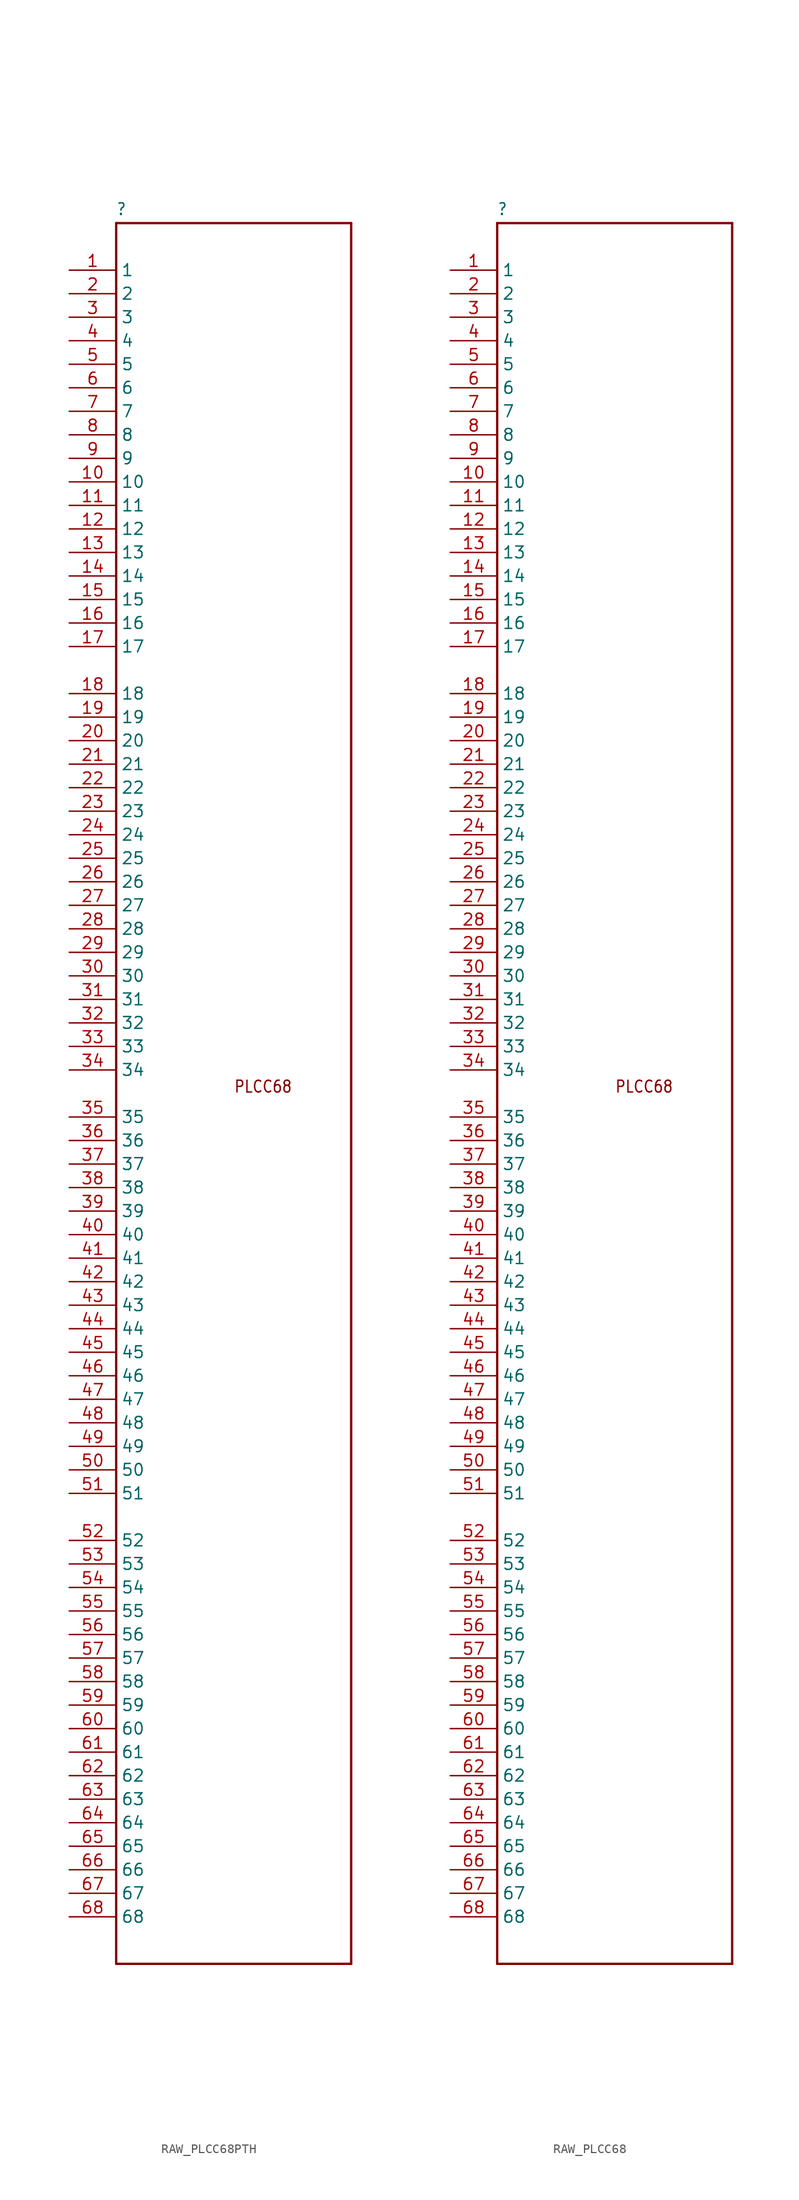
<source format=kicad_sym>
(kicad_symbol_lib
  (version 20211014)
  (generator kicad_symbol_editor)
  (symbol "RAW_PLCC68PTH"
    (property "Reference" ""
      (at -12.7 94.742 0)
      (effects (font (size 1.27 1.079)) (justify left bottom)))
    (property "ki_locked" ""
      (at 0 0 0)
      (effects (font (size 1.27 1.27))))
    (symbol "RAW_PLCC68PTH_1_0"
      (polyline (pts (xy -12.7 -93.98) (xy 12.7 -93.98)) (stroke (width 0.254) (type default) (color 0 0 0 0)) (fill (type none)))
      (polyline (pts (xy -12.7 93.98) (xy -12.7 -93.98)) (stroke (width 0.254) (type default) (color 0 0 0 0)) (fill (type none)))
      (polyline (pts (xy 12.7 -93.98) (xy 12.7 93.98)) (stroke (width 0.254) (type default) (color 0 0 0 0)) (fill (type none)))
      (polyline (pts (xy 12.7 93.98) (xy -12.7 93.98)) (stroke (width 0.254) (type default) (color 0 0 0 0)) (fill (type none)))
      (text "PLCC68" (at 0 0 0) (effects (font (size 1.27 1.079)) (justify left bottom)))
      (pin bidirectional line (at -17.78 88.9 0) (length 5.08) (name "1" (effects (font (size 1.27 1.27)))) (number "1" (effects (font (size 1.27 1.27)))))
      (pin bidirectional line (at -17.78 66.04 0) (length 5.08) (name "10" (effects (font (size 1.27 1.27)))) (number "10" (effects (font (size 1.27 1.27)))))
      (pin bidirectional line (at -17.78 63.5 0) (length 5.08) (name "11" (effects (font (size 1.27 1.27)))) (number "11" (effects (font (size 1.27 1.27)))))
      (pin bidirectional line (at -17.78 60.96 0) (length 5.08) (name "12" (effects (font (size 1.27 1.27)))) (number "12" (effects (font (size 1.27 1.27)))))
      (pin bidirectional line (at -17.78 58.42 0) (length 5.08) (name "13" (effects (font (size 1.27 1.27)))) (number "13" (effects (font (size 1.27 1.27)))))
      (pin bidirectional line (at -17.78 55.88 0) (length 5.08) (name "14" (effects (font (size 1.27 1.27)))) (number "14" (effects (font (size 1.27 1.27)))))
      (pin bidirectional line (at -17.78 53.34 0) (length 5.08) (name "15" (effects (font (size 1.27 1.27)))) (number "15" (effects (font (size 1.27 1.27)))))
      (pin bidirectional line (at -17.78 50.8 0) (length 5.08) (name "16" (effects (font (size 1.27 1.27)))) (number "16" (effects (font (size 1.27 1.27)))))
      (pin bidirectional line (at -17.78 48.26 0) (length 5.08) (name "17" (effects (font (size 1.27 1.27)))) (number "17" (effects (font (size 1.27 1.27)))))
      (pin bidirectional line (at -17.78 43.18 0) (length 5.08) (name "18" (effects (font (size 1.27 1.27)))) (number "18" (effects (font (size 1.27 1.27)))))
      (pin bidirectional line (at -17.78 40.64 0) (length 5.08) (name "19" (effects (font (size 1.27 1.27)))) (number "19" (effects (font (size 1.27 1.27)))))
      (pin bidirectional line (at -17.78 86.36 0) (length 5.08) (name "2" (effects (font (size 1.27 1.27)))) (number "2" (effects (font (size 1.27 1.27)))))
      (pin bidirectional line (at -17.78 38.1 0) (length 5.08) (name "20" (effects (font (size 1.27 1.27)))) (number "20" (effects (font (size 1.27 1.27)))))
      (pin bidirectional line (at -17.78 35.56 0) (length 5.08) (name "21" (effects (font (size 1.27 1.27)))) (number "21" (effects (font (size 1.27 1.27)))))
      (pin bidirectional line (at -17.78 33.02 0) (length 5.08) (name "22" (effects (font (size 1.27 1.27)))) (number "22" (effects (font (size 1.27 1.27)))))
      (pin bidirectional line (at -17.78 30.48 0) (length 5.08) (name "23" (effects (font (size 1.27 1.27)))) (number "23" (effects (font (size 1.27 1.27)))))
      (pin bidirectional line (at -17.78 27.94 0) (length 5.08) (name "24" (effects (font (size 1.27 1.27)))) (number "24" (effects (font (size 1.27 1.27)))))
      (pin bidirectional line (at -17.78 25.4 0) (length 5.08) (name "25" (effects (font (size 1.27 1.27)))) (number "25" (effects (font (size 1.27 1.27)))))
      (pin bidirectional line (at -17.78 22.86 0) (length 5.08) (name "26" (effects (font (size 1.27 1.27)))) (number "26" (effects (font (size 1.27 1.27)))))
      (pin bidirectional line (at -17.78 20.32 0) (length 5.08) (name "27" (effects (font (size 1.27 1.27)))) (number "27" (effects (font (size 1.27 1.27)))))
      (pin bidirectional line (at -17.78 17.78 0) (length 5.08) (name "28" (effects (font (size 1.27 1.27)))) (number "28" (effects (font (size 1.27 1.27)))))
      (pin bidirectional line (at -17.78 15.24 0) (length 5.08) (name "29" (effects (font (size 1.27 1.27)))) (number "29" (effects (font (size 1.27 1.27)))))
      (pin bidirectional line (at -17.78 83.82 0) (length 5.08) (name "3" (effects (font (size 1.27 1.27)))) (number "3" (effects (font (size 1.27 1.27)))))
      (pin bidirectional line (at -17.78 12.7 0) (length 5.08) (name "30" (effects (font (size 1.27 1.27)))) (number "30" (effects (font (size 1.27 1.27)))))
      (pin bidirectional line (at -17.78 10.16 0) (length 5.08) (name "31" (effects (font (size 1.27 1.27)))) (number "31" (effects (font (size 1.27 1.27)))))
      (pin bidirectional line (at -17.78 7.62 0) (length 5.08) (name "32" (effects (font (size 1.27 1.27)))) (number "32" (effects (font (size 1.27 1.27)))))
      (pin bidirectional line (at -17.78 5.08 0) (length 5.08) (name "33" (effects (font (size 1.27 1.27)))) (number "33" (effects (font (size 1.27 1.27)))))
      (pin bidirectional line (at -17.78 2.54 0) (length 5.08) (name "34" (effects (font (size 1.27 1.27)))) (number "34" (effects (font (size 1.27 1.27)))))
      (pin bidirectional line (at -17.78 -2.54 0) (length 5.08) (name "35" (effects (font (size 1.27 1.27)))) (number "35" (effects (font (size 1.27 1.27)))))
      (pin bidirectional line (at -17.78 -5.08 0) (length 5.08) (name "36" (effects (font (size 1.27 1.27)))) (number "36" (effects (font (size 1.27 1.27)))))
      (pin bidirectional line (at -17.78 -7.62 0) (length 5.08) (name "37" (effects (font (size 1.27 1.27)))) (number "37" (effects (font (size 1.27 1.27)))))
      (pin bidirectional line (at -17.78 -10.16 0) (length 5.08) (name "38" (effects (font (size 1.27 1.27)))) (number "38" (effects (font (size 1.27 1.27)))))
      (pin bidirectional line (at -17.78 -12.7 0) (length 5.08) (name "39" (effects (font (size 1.27 1.27)))) (number "39" (effects (font (size 1.27 1.27)))))
      (pin bidirectional line (at -17.78 81.28 0) (length 5.08) (name "4" (effects (font (size 1.27 1.27)))) (number "4" (effects (font (size 1.27 1.27)))))
      (pin bidirectional line (at -17.78 -15.24 0) (length 5.08) (name "40" (effects (font (size 1.27 1.27)))) (number "40" (effects (font (size 1.27 1.27)))))
      (pin bidirectional line (at -17.78 -17.78 0) (length 5.08) (name "41" (effects (font (size 1.27 1.27)))) (number "41" (effects (font (size 1.27 1.27)))))
      (pin bidirectional line (at -17.78 -20.32 0) (length 5.08) (name "42" (effects (font (size 1.27 1.27)))) (number "42" (effects (font (size 1.27 1.27)))))
      (pin bidirectional line (at -17.78 -22.86 0) (length 5.08) (name "43" (effects (font (size 1.27 1.27)))) (number "43" (effects (font (size 1.27 1.27)))))
      (pin bidirectional line (at -17.78 -25.4 0) (length 5.08) (name "44" (effects (font (size 1.27 1.27)))) (number "44" (effects (font (size 1.27 1.27)))))
      (pin bidirectional line (at -17.78 -27.94 0) (length 5.08) (name "45" (effects (font (size 1.27 1.27)))) (number "45" (effects (font (size 1.27 1.27)))))
      (pin bidirectional line (at -17.78 -30.48 0) (length 5.08) (name "46" (effects (font (size 1.27 1.27)))) (number "46" (effects (font (size 1.27 1.27)))))
      (pin bidirectional line (at -17.78 -33.02 0) (length 5.08) (name "47" (effects (font (size 1.27 1.27)))) (number "47" (effects (font (size 1.27 1.27)))))
      (pin bidirectional line (at -17.78 -35.56 0) (length 5.08) (name "48" (effects (font (size 1.27 1.27)))) (number "48" (effects (font (size 1.27 1.27)))))
      (pin bidirectional line (at -17.78 -38.1 0) (length 5.08) (name "49" (effects (font (size 1.27 1.27)))) (number "49" (effects (font (size 1.27 1.27)))))
      (pin bidirectional line (at -17.78 78.74 0) (length 5.08) (name "5" (effects (font (size 1.27 1.27)))) (number "5" (effects (font (size 1.27 1.27)))))
      (pin bidirectional line (at -17.78 -40.64 0) (length 5.08) (name "50" (effects (font (size 1.27 1.27)))) (number "50" (effects (font (size 1.27 1.27)))))
      (pin bidirectional line (at -17.78 -43.18 0) (length 5.08) (name "51" (effects (font (size 1.27 1.27)))) (number "51" (effects (font (size 1.27 1.27)))))
      (pin bidirectional line (at -17.78 -48.26 0) (length 5.08) (name "52" (effects (font (size 1.27 1.27)))) (number "52" (effects (font (size 1.27 1.27)))))
      (pin bidirectional line (at -17.78 -50.8 0) (length 5.08) (name "53" (effects (font (size 1.27 1.27)))) (number "53" (effects (font (size 1.27 1.27)))))
      (pin bidirectional line (at -17.78 -53.34 0) (length 5.08) (name "54" (effects (font (size 1.27 1.27)))) (number "54" (effects (font (size 1.27 1.27)))))
      (pin bidirectional line (at -17.78 -55.88 0) (length 5.08) (name "55" (effects (font (size 1.27 1.27)))) (number "55" (effects (font (size 1.27 1.27)))))
      (pin bidirectional line (at -17.78 -58.42 0) (length 5.08) (name "56" (effects (font (size 1.27 1.27)))) (number "56" (effects (font (size 1.27 1.27)))))
      (pin bidirectional line (at -17.78 -60.96 0) (length 5.08) (name "57" (effects (font (size 1.27 1.27)))) (number "57" (effects (font (size 1.27 1.27)))))
      (pin bidirectional line (at -17.78 -63.5 0) (length 5.08) (name "58" (effects (font (size 1.27 1.27)))) (number "58" (effects (font (size 1.27 1.27)))))
      (pin bidirectional line (at -17.78 -66.04 0) (length 5.08) (name "59" (effects (font (size 1.27 1.27)))) (number "59" (effects (font (size 1.27 1.27)))))
      (pin bidirectional line (at -17.78 76.2 0) (length 5.08) (name "6" (effects (font (size 1.27 1.27)))) (number "6" (effects (font (size 1.27 1.27)))))
      (pin bidirectional line (at -17.78 -68.58 0) (length 5.08) (name "60" (effects (font (size 1.27 1.27)))) (number "60" (effects (font (size 1.27 1.27)))))
      (pin bidirectional line (at -17.78 -71.12 0) (length 5.08) (name "61" (effects (font (size 1.27 1.27)))) (number "61" (effects (font (size 1.27 1.27)))))
      (pin bidirectional line (at -17.78 -73.66 0) (length 5.08) (name "62" (effects (font (size 1.27 1.27)))) (number "62" (effects (font (size 1.27 1.27)))))
      (pin bidirectional line (at -17.78 -76.2 0) (length 5.08) (name "63" (effects (font (size 1.27 1.27)))) (number "63" (effects (font (size 1.27 1.27)))))
      (pin bidirectional line (at -17.78 -78.74 0) (length 5.08) (name "64" (effects (font (size 1.27 1.27)))) (number "64" (effects (font (size 1.27 1.27)))))
      (pin bidirectional line (at -17.78 -81.28 0) (length 5.08) (name "65" (effects (font (size 1.27 1.27)))) (number "65" (effects (font (size 1.27 1.27)))))
      (pin bidirectional line (at -17.78 -83.82 0) (length 5.08) (name "66" (effects (font (size 1.27 1.27)))) (number "66" (effects (font (size 1.27 1.27)))))
      (pin bidirectional line (at -17.78 -86.36 0) (length 5.08) (name "67" (effects (font (size 1.27 1.27)))) (number "67" (effects (font (size 1.27 1.27)))))
      (pin bidirectional line (at -17.78 -88.9 0) (length 5.08) (name "68" (effects (font (size 1.27 1.27)))) (number "68" (effects (font (size 1.27 1.27)))))
      (pin bidirectional line (at -17.78 73.66 0) (length 5.08) (name "7" (effects (font (size 1.27 1.27)))) (number "7" (effects (font (size 1.27 1.27)))))
      (pin bidirectional line (at -17.78 71.12 0) (length 5.08) (name "8" (effects (font (size 1.27 1.27)))) (number "8" (effects (font (size 1.27 1.27)))))
      (pin bidirectional line (at -17.78 68.58 0) (length 5.08) (name "9" (effects (font (size 1.27 1.27)))) (number "9" (effects (font (size 1.27 1.27)))))))
  (symbol "RAW_PLCC68"
    (property "Reference" ""
      (at -12.7 94.742 0)
      (effects (font (size 1.27 1.079)) (justify left bottom)))
    (property "ki_locked" ""
      (at 0 0 0)
      (effects (font (size 1.27 1.27))))
    (symbol "RAW_PLCC68_1_0"
      (polyline (pts (xy -12.7 -93.98) (xy 12.7 -93.98)) (stroke (width 0.254) (type default) (color 0 0 0 0)) (fill (type none)))
      (polyline (pts (xy -12.7 93.98) (xy -12.7 -93.98)) (stroke (width 0.254) (type default) (color 0 0 0 0)) (fill (type none)))
      (polyline (pts (xy 12.7 -93.98) (xy 12.7 93.98)) (stroke (width 0.254) (type default) (color 0 0 0 0)) (fill (type none)))
      (polyline (pts (xy 12.7 93.98) (xy -12.7 93.98)) (stroke (width 0.254) (type default) (color 0 0 0 0)) (fill (type none)))
      (text "PLCC68" (at 0 0 0) (effects (font (size 1.27 1.079)) (justify left bottom)))
      (pin bidirectional line (at -17.78 88.9 0) (length 5.08) (name "1" (effects (font (size 1.27 1.27)))) (number "1" (effects (font (size 1.27 1.27)))))
      (pin bidirectional line (at -17.78 66.04 0) (length 5.08) (name "10" (effects (font (size 1.27 1.27)))) (number "10" (effects (font (size 1.27 1.27)))))
      (pin bidirectional line (at -17.78 63.5 0) (length 5.08) (name "11" (effects (font (size 1.27 1.27)))) (number "11" (effects (font (size 1.27 1.27)))))
      (pin bidirectional line (at -17.78 60.96 0) (length 5.08) (name "12" (effects (font (size 1.27 1.27)))) (number "12" (effects (font (size 1.27 1.27)))))
      (pin bidirectional line (at -17.78 58.42 0) (length 5.08) (name "13" (effects (font (size 1.27 1.27)))) (number "13" (effects (font (size 1.27 1.27)))))
      (pin bidirectional line (at -17.78 55.88 0) (length 5.08) (name "14" (effects (font (size 1.27 1.27)))) (number "14" (effects (font (size 1.27 1.27)))))
      (pin bidirectional line (at -17.78 53.34 0) (length 5.08) (name "15" (effects (font (size 1.27 1.27)))) (number "15" (effects (font (size 1.27 1.27)))))
      (pin bidirectional line (at -17.78 50.8 0) (length 5.08) (name "16" (effects (font (size 1.27 1.27)))) (number "16" (effects (font (size 1.27 1.27)))))
      (pin bidirectional line (at -17.78 48.26 0) (length 5.08) (name "17" (effects (font (size 1.27 1.27)))) (number "17" (effects (font (size 1.27 1.27)))))
      (pin bidirectional line (at -17.78 43.18 0) (length 5.08) (name "18" (effects (font (size 1.27 1.27)))) (number "18" (effects (font (size 1.27 1.27)))))
      (pin bidirectional line (at -17.78 40.64 0) (length 5.08) (name "19" (effects (font (size 1.27 1.27)))) (number "19" (effects (font (size 1.27 1.27)))))
      (pin bidirectional line (at -17.78 86.36 0) (length 5.08) (name "2" (effects (font (size 1.27 1.27)))) (number "2" (effects (font (size 1.27 1.27)))))
      (pin bidirectional line (at -17.78 38.1 0) (length 5.08) (name "20" (effects (font (size 1.27 1.27)))) (number "20" (effects (font (size 1.27 1.27)))))
      (pin bidirectional line (at -17.78 35.56 0) (length 5.08) (name "21" (effects (font (size 1.27 1.27)))) (number "21" (effects (font (size 1.27 1.27)))))
      (pin bidirectional line (at -17.78 33.02 0) (length 5.08) (name "22" (effects (font (size 1.27 1.27)))) (number "22" (effects (font (size 1.27 1.27)))))
      (pin bidirectional line (at -17.78 30.48 0) (length 5.08) (name "23" (effects (font (size 1.27 1.27)))) (number "23" (effects (font (size 1.27 1.27)))))
      (pin bidirectional line (at -17.78 27.94 0) (length 5.08) (name "24" (effects (font (size 1.27 1.27)))) (number "24" (effects (font (size 1.27 1.27)))))
      (pin bidirectional line (at -17.78 25.4 0) (length 5.08) (name "25" (effects (font (size 1.27 1.27)))) (number "25" (effects (font (size 1.27 1.27)))))
      (pin bidirectional line (at -17.78 22.86 0) (length 5.08) (name "26" (effects (font (size 1.27 1.27)))) (number "26" (effects (font (size 1.27 1.27)))))
      (pin bidirectional line (at -17.78 20.32 0) (length 5.08) (name "27" (effects (font (size 1.27 1.27)))) (number "27" (effects (font (size 1.27 1.27)))))
      (pin bidirectional line (at -17.78 17.78 0) (length 5.08) (name "28" (effects (font (size 1.27 1.27)))) (number "28" (effects (font (size 1.27 1.27)))))
      (pin bidirectional line (at -17.78 15.24 0) (length 5.08) (name "29" (effects (font (size 1.27 1.27)))) (number "29" (effects (font (size 1.27 1.27)))))
      (pin bidirectional line (at -17.78 83.82 0) (length 5.08) (name "3" (effects (font (size 1.27 1.27)))) (number "3" (effects (font (size 1.27 1.27)))))
      (pin bidirectional line (at -17.78 12.7 0) (length 5.08) (name "30" (effects (font (size 1.27 1.27)))) (number "30" (effects (font (size 1.27 1.27)))))
      (pin bidirectional line (at -17.78 10.16 0) (length 5.08) (name "31" (effects (font (size 1.27 1.27)))) (number "31" (effects (font (size 1.27 1.27)))))
      (pin bidirectional line (at -17.78 7.62 0) (length 5.08) (name "32" (effects (font (size 1.27 1.27)))) (number "32" (effects (font (size 1.27 1.27)))))
      (pin bidirectional line (at -17.78 5.08 0) (length 5.08) (name "33" (effects (font (size 1.27 1.27)))) (number "33" (effects (font (size 1.27 1.27)))))
      (pin bidirectional line (at -17.78 2.54 0) (length 5.08) (name "34" (effects (font (size 1.27 1.27)))) (number "34" (effects (font (size 1.27 1.27)))))
      (pin bidirectional line (at -17.78 -2.54 0) (length 5.08) (name "35" (effects (font (size 1.27 1.27)))) (number "35" (effects (font (size 1.27 1.27)))))
      (pin bidirectional line (at -17.78 -5.08 0) (length 5.08) (name "36" (effects (font (size 1.27 1.27)))) (number "36" (effects (font (size 1.27 1.27)))))
      (pin bidirectional line (at -17.78 -7.62 0) (length 5.08) (name "37" (effects (font (size 1.27 1.27)))) (number "37" (effects (font (size 1.27 1.27)))))
      (pin bidirectional line (at -17.78 -10.16 0) (length 5.08) (name "38" (effects (font (size 1.27 1.27)))) (number "38" (effects (font (size 1.27 1.27)))))
      (pin bidirectional line (at -17.78 -12.7 0) (length 5.08) (name "39" (effects (font (size 1.27 1.27)))) (number "39" (effects (font (size 1.27 1.27)))))
      (pin bidirectional line (at -17.78 81.28 0) (length 5.08) (name "4" (effects (font (size 1.27 1.27)))) (number "4" (effects (font (size 1.27 1.27)))))
      (pin bidirectional line (at -17.78 -15.24 0) (length 5.08) (name "40" (effects (font (size 1.27 1.27)))) (number "40" (effects (font (size 1.27 1.27)))))
      (pin bidirectional line (at -17.78 -17.78 0) (length 5.08) (name "41" (effects (font (size 1.27 1.27)))) (number "41" (effects (font (size 1.27 1.27)))))
      (pin bidirectional line (at -17.78 -20.32 0) (length 5.08) (name "42" (effects (font (size 1.27 1.27)))) (number "42" (effects (font (size 1.27 1.27)))))
      (pin bidirectional line (at -17.78 -22.86 0) (length 5.08) (name "43" (effects (font (size 1.27 1.27)))) (number "43" (effects (font (size 1.27 1.27)))))
      (pin bidirectional line (at -17.78 -25.4 0) (length 5.08) (name "44" (effects (font (size 1.27 1.27)))) (number "44" (effects (font (size 1.27 1.27)))))
      (pin bidirectional line (at -17.78 -27.94 0) (length 5.08) (name "45" (effects (font (size 1.27 1.27)))) (number "45" (effects (font (size 1.27 1.27)))))
      (pin bidirectional line (at -17.78 -30.48 0) (length 5.08) (name "46" (effects (font (size 1.27 1.27)))) (number "46" (effects (font (size 1.27 1.27)))))
      (pin bidirectional line (at -17.78 -33.02 0) (length 5.08) (name "47" (effects (font (size 1.27 1.27)))) (number "47" (effects (font (size 1.27 1.27)))))
      (pin bidirectional line (at -17.78 -35.56 0) (length 5.08) (name "48" (effects (font (size 1.27 1.27)))) (number "48" (effects (font (size 1.27 1.27)))))
      (pin bidirectional line (at -17.78 -38.1 0) (length 5.08) (name "49" (effects (font (size 1.27 1.27)))) (number "49" (effects (font (size 1.27 1.27)))))
      (pin bidirectional line (at -17.78 78.74 0) (length 5.08) (name "5" (effects (font (size 1.27 1.27)))) (number "5" (effects (font (size 1.27 1.27)))))
      (pin bidirectional line (at -17.78 -40.64 0) (length 5.08) (name "50" (effects (font (size 1.27 1.27)))) (number "50" (effects (font (size 1.27 1.27)))))
      (pin bidirectional line (at -17.78 -43.18 0) (length 5.08) (name "51" (effects (font (size 1.27 1.27)))) (number "51" (effects (font (size 1.27 1.27)))))
      (pin bidirectional line (at -17.78 -48.26 0) (length 5.08) (name "52" (effects (font (size 1.27 1.27)))) (number "52" (effects (font (size 1.27 1.27)))))
      (pin bidirectional line (at -17.78 -50.8 0) (length 5.08) (name "53" (effects (font (size 1.27 1.27)))) (number "53" (effects (font (size 1.27 1.27)))))
      (pin bidirectional line (at -17.78 -53.34 0) (length 5.08) (name "54" (effects (font (size 1.27 1.27)))) (number "54" (effects (font (size 1.27 1.27)))))
      (pin bidirectional line (at -17.78 -55.88 0) (length 5.08) (name "55" (effects (font (size 1.27 1.27)))) (number "55" (effects (font (size 1.27 1.27)))))
      (pin bidirectional line (at -17.78 -58.42 0) (length 5.08) (name "56" (effects (font (size 1.27 1.27)))) (number "56" (effects (font (size 1.27 1.27)))))
      (pin bidirectional line (at -17.78 -60.96 0) (length 5.08) (name "57" (effects (font (size 1.27 1.27)))) (number "57" (effects (font (size 1.27 1.27)))))
      (pin bidirectional line (at -17.78 -63.5 0) (length 5.08) (name "58" (effects (font (size 1.27 1.27)))) (number "58" (effects (font (size 1.27 1.27)))))
      (pin bidirectional line (at -17.78 -66.04 0) (length 5.08) (name "59" (effects (font (size 1.27 1.27)))) (number "59" (effects (font (size 1.27 1.27)))))
      (pin bidirectional line (at -17.78 76.2 0) (length 5.08) (name "6" (effects (font (size 1.27 1.27)))) (number "6" (effects (font (size 1.27 1.27)))))
      (pin bidirectional line (at -17.78 -68.58 0) (length 5.08) (name "60" (effects (font (size 1.27 1.27)))) (number "60" (effects (font (size 1.27 1.27)))))
      (pin bidirectional line (at -17.78 -71.12 0) (length 5.08) (name "61" (effects (font (size 1.27 1.27)))) (number "61" (effects (font (size 1.27 1.27)))))
      (pin bidirectional line (at -17.78 -73.66 0) (length 5.08) (name "62" (effects (font (size 1.27 1.27)))) (number "62" (effects (font (size 1.27 1.27)))))
      (pin bidirectional line (at -17.78 -76.2 0) (length 5.08) (name "63" (effects (font (size 1.27 1.27)))) (number "63" (effects (font (size 1.27 1.27)))))
      (pin bidirectional line (at -17.78 -78.74 0) (length 5.08) (name "64" (effects (font (size 1.27 1.27)))) (number "64" (effects (font (size 1.27 1.27)))))
      (pin bidirectional line (at -17.78 -81.28 0) (length 5.08) (name "65" (effects (font (size 1.27 1.27)))) (number "65" (effects (font (size 1.27 1.27)))))
      (pin bidirectional line (at -17.78 -83.82 0) (length 5.08) (name "66" (effects (font (size 1.27 1.27)))) (number "66" (effects (font (size 1.27 1.27)))))
      (pin bidirectional line (at -17.78 -86.36 0) (length 5.08) (name "67" (effects (font (size 1.27 1.27)))) (number "67" (effects (font (size 1.27 1.27)))))
      (pin bidirectional line (at -17.78 -88.9 0) (length 5.08) (name "68" (effects (font (size 1.27 1.27)))) (number "68" (effects (font (size 1.27 1.27)))))
      (pin bidirectional line (at -17.78 73.66 0) (length 5.08) (name "7" (effects (font (size 1.27 1.27)))) (number "7" (effects (font (size 1.27 1.27)))))
      (pin bidirectional line (at -17.78 71.12 0) (length 5.08) (name "8" (effects (font (size 1.27 1.27)))) (number "8" (effects (font (size 1.27 1.27)))))
      (pin bidirectional line (at -17.78 68.58 0) (length 5.08) (name "9" (effects (font (size 1.27 1.27)))) (number "9" (effects (font (size 1.27 1.27))))))))
</source>
